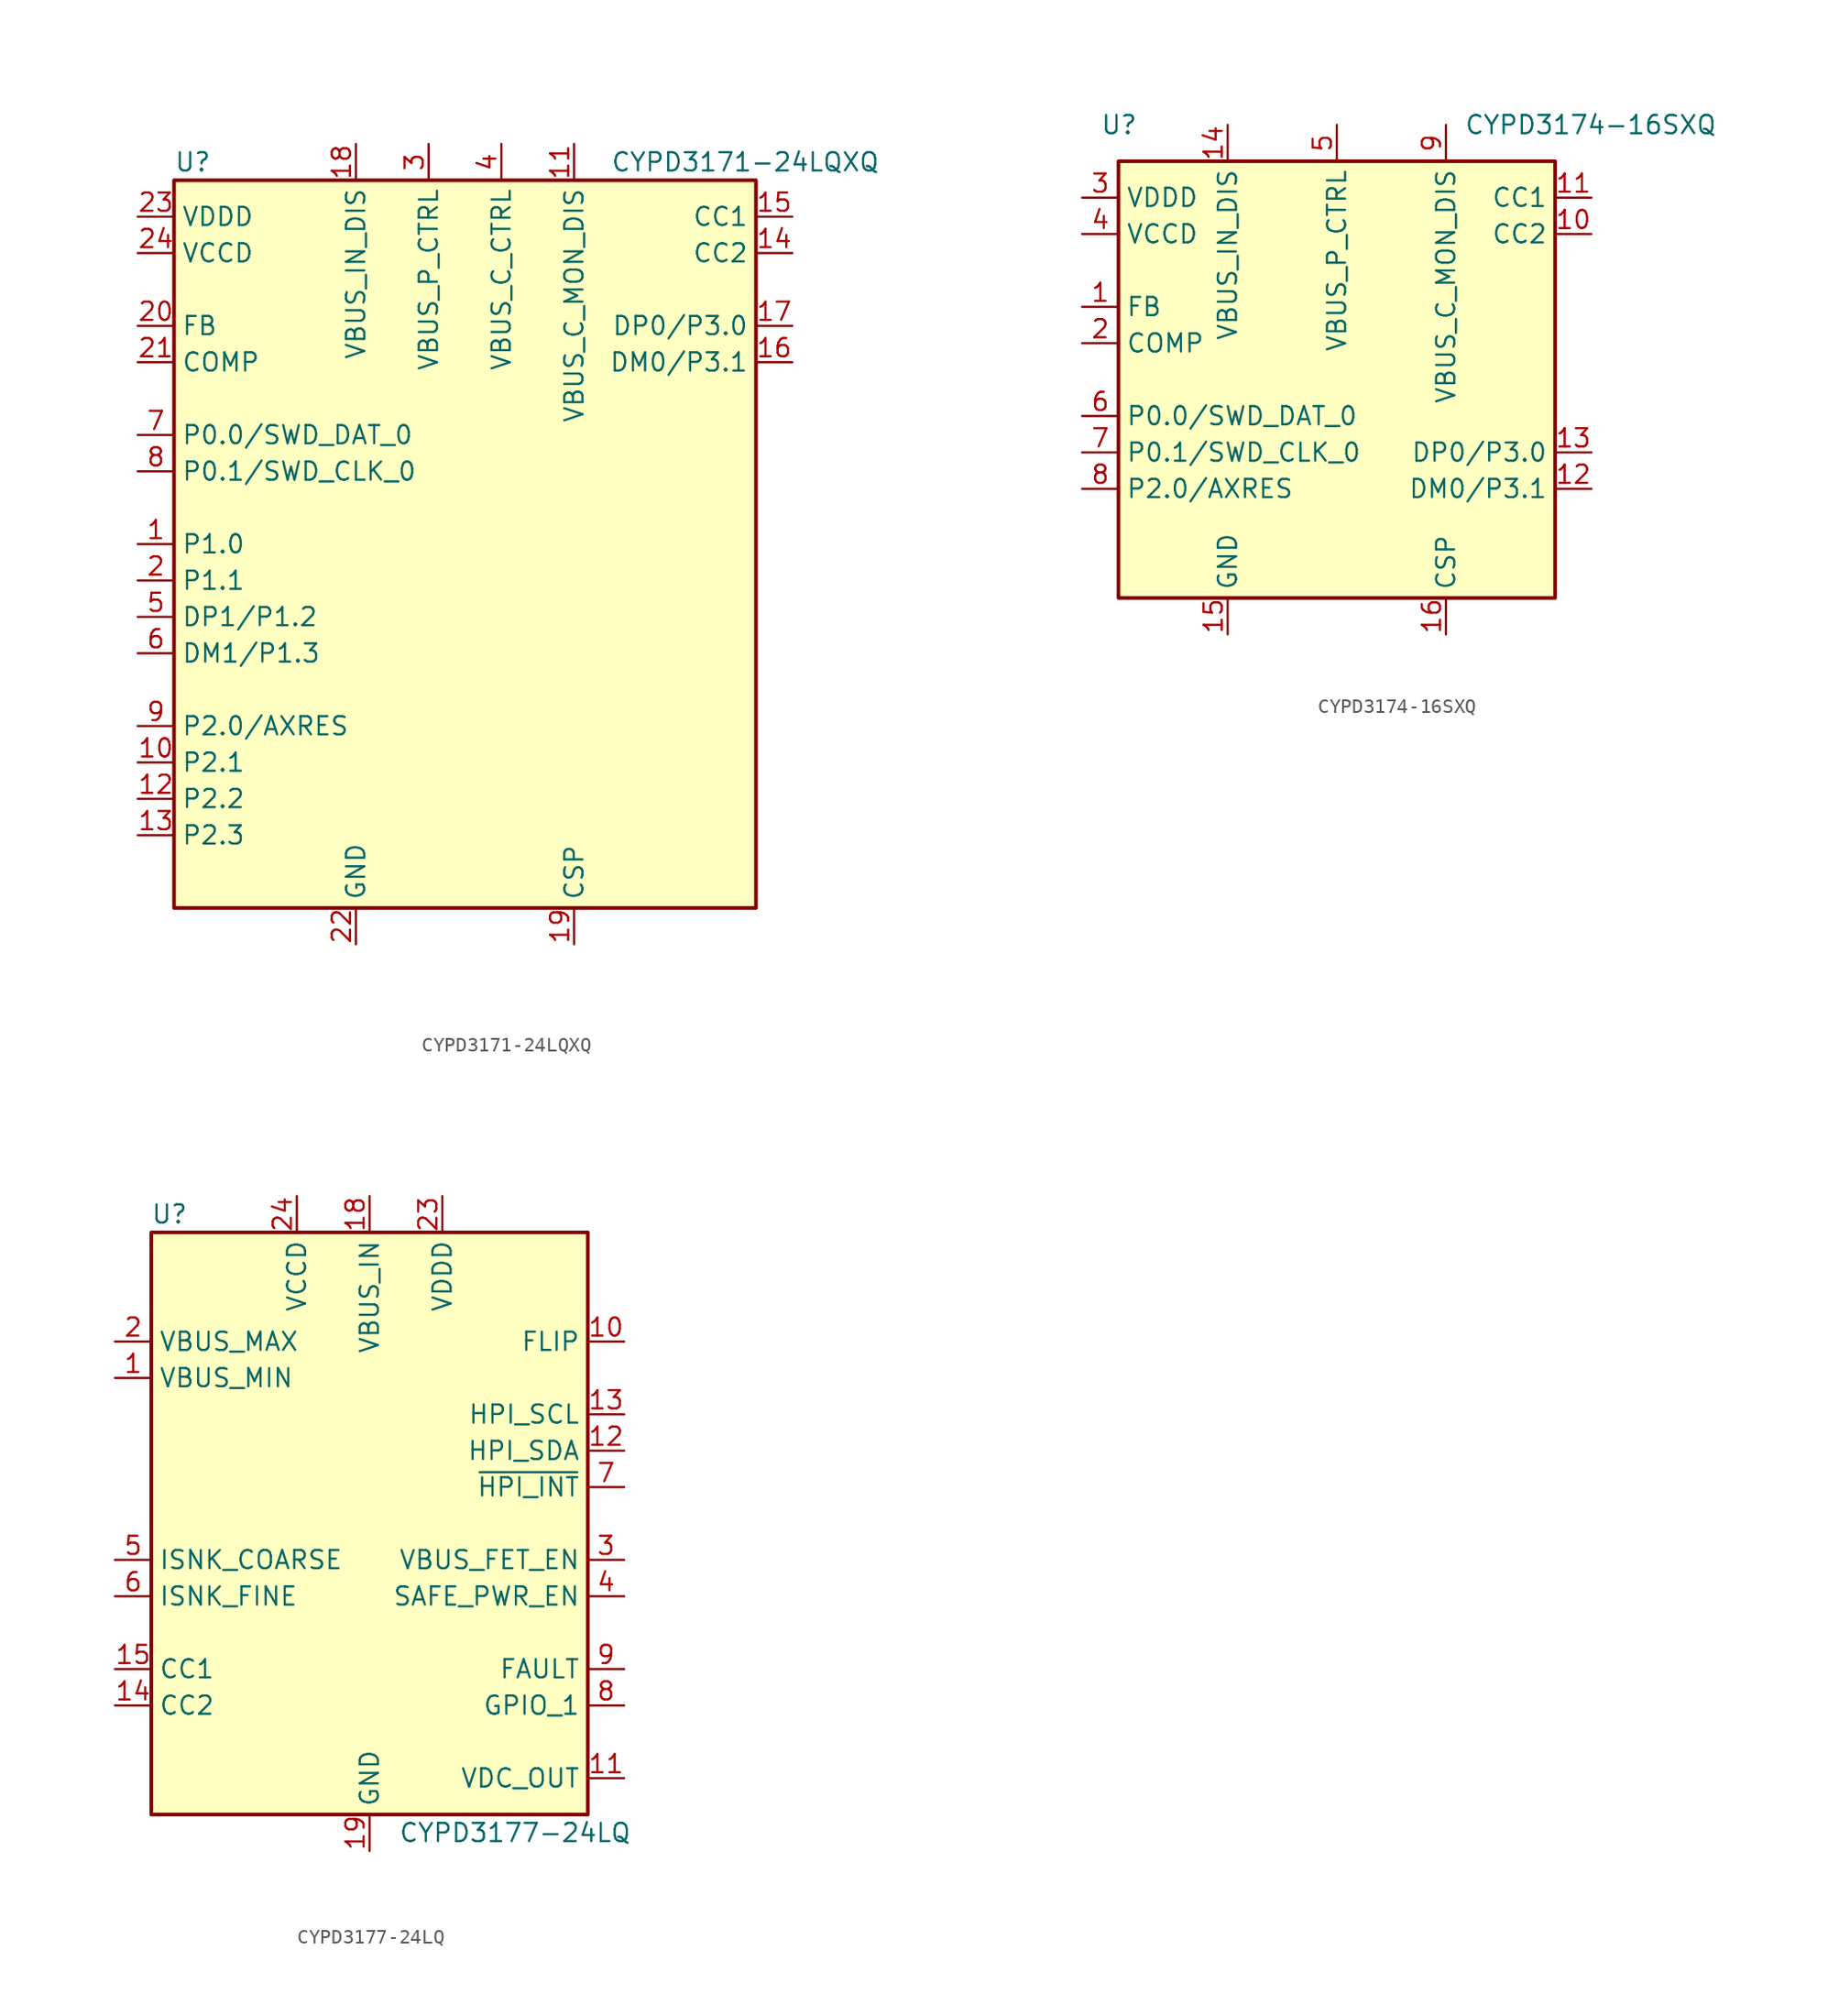
<source format=kicad_sym>
(kicad_symbol_lib
  (version 20241209)
  (generator "kicad_symbol_editor")
  (generator_version "9.0")
  (symbol "CYPD3171-24LQXQ"
    (property "Reference" "U"
      (at -20.32 26.67 0)
      (effects (font (size 1.27 1.27)) (justify left)))
    (property "Value" "CYPD3171-24LQXQ"
      (at 10.16 26.67 0)
      (effects (font (size 1.27 1.27)) (justify left)))
    (symbol "CYPD3171-24LQXQ_1_1"
      (rectangle (start -20.32 25.4) (end 20.32 -25.4) (stroke (width 0.254) (type default)) (fill (type background)))
      (pin power_in line (at -22.86 22.86 0) (length 2.54) (name "VDDD" (effects (font (size 1.27 1.27)))) (number "23" (effects (font (size 1.27 1.27)))))
      (pin power_out line (at -22.86 20.32 0) (length 2.54) (name "VCCD" (effects (font (size 1.27 1.27)))) (number "24" (effects (font (size 1.27 1.27)))))
      (pin output line (at -22.86 15.24 0) (length 2.54) (name "FB" (effects (font (size 1.27 1.27)))) (number "20" (effects (font (size 1.27 1.27)))))
      (pin input line (at -22.86 12.7 0) (length 2.54) (name "COMP" (effects (font (size 1.27 1.27)))) (number "21" (effects (font (size 1.27 1.27)))))
      (pin bidirectional line (at -22.86 7.62 0) (length 2.54) (name "P0.0/SWD_DAT_0" (effects (font (size 1.27 1.27)))) (number "7" (effects (font (size 1.27 1.27)))))
      (pin bidirectional line (at -22.86 5.08 0) (length 2.54) (name "P0.1/SWD_CLK_0" (effects (font (size 1.27 1.27)))) (number "8" (effects (font (size 1.27 1.27)))))
      (pin bidirectional line (at -22.86 0 0) (length 2.54) (name "P1.0" (effects (font (size 1.27 1.27)))) (number "1" (effects (font (size 1.27 1.27)))))
      (pin bidirectional line (at -22.86 -2.54 0) (length 2.54) (name "P1.1" (effects (font (size 1.27 1.27)))) (number "2" (effects (font (size 1.27 1.27)))))
      (pin bidirectional line (at -22.86 -5.08 0) (length 2.54) (name "DP1/P1.2" (effects (font (size 1.27 1.27)))) (number "5" (effects (font (size 1.27 1.27)))))
      (pin bidirectional line (at -22.86 -7.62 0) (length 2.54) (name "DM1/P1.3" (effects (font (size 1.27 1.27)))) (number "6" (effects (font (size 1.27 1.27)))))
      (pin bidirectional line (at -22.86 -12.7 0) (length 2.54) (name "P2.0/AXRES" (effects (font (size 1.27 1.27)))) (number "9" (effects (font (size 1.27 1.27)))))
      (pin bidirectional line (at -22.86 -15.24 0) (length 2.54) (name "P2.1" (effects (font (size 1.27 1.27)))) (number "10" (effects (font (size 1.27 1.27)))))
      (pin bidirectional line (at -22.86 -17.78 0) (length 2.54) (name "P2.2" (effects (font (size 1.27 1.27)))) (number "12" (effects (font (size 1.27 1.27)))))
      (pin bidirectional line (at -22.86 -20.32 0) (length 2.54) (name "P2.3" (effects (font (size 1.27 1.27)))) (number "13" (effects (font (size 1.27 1.27)))))
      (pin input line (at -7.62 27.94 270) (length 2.54) (name "VBUS_IN_DIS" (effects (font (size 1.27 1.27)))) (number "18" (effects (font (size 1.27 1.27)))))
      (pin power_in line (at -7.62 -27.94 90) (length 2.54) (name "GND" (effects (font (size 1.27 1.27)))) (number "22" (effects (font (size 1.27 1.27)))))
      (pin passive line (at -7.62 -27.94 90) (length 2.54) (hide yes) (name "GND" (effects (font (size 1.27 1.27)))) (number "25" (effects (font (size 1.27 1.27)))))
      (pin output line (at -2.54 27.94 270) (length 2.54) (name "VBUS_P_CTRL" (effects (font (size 1.27 1.27)))) (number "3" (effects (font (size 1.27 1.27)))))
      (pin output line (at 2.54 27.94 270) (length 2.54) (name "VBUS_C_CTRL" (effects (font (size 1.27 1.27)))) (number "4" (effects (font (size 1.27 1.27)))))
      (pin input line (at 7.62 27.94 270) (length 2.54) (name "VBUS_C_MON_DIS" (effects (font (size 1.27 1.27)))) (number "11" (effects (font (size 1.27 1.27)))))
      (pin input line (at 7.62 -27.94 90) (length 2.54) (name "CSP" (effects (font (size 1.27 1.27)))) (number "19" (effects (font (size 1.27 1.27)))))
      (pin bidirectional line (at 22.86 22.86 180) (length 2.54) (name "CC1" (effects (font (size 1.27 1.27)))) (number "15" (effects (font (size 1.27 1.27)))))
      (pin bidirectional line (at 22.86 20.32 180) (length 2.54) (name "CC2" (effects (font (size 1.27 1.27)))) (number "14" (effects (font (size 1.27 1.27)))))
      (pin bidirectional line (at 22.86 15.24 180) (length 2.54) (name "DP0/P3.0" (effects (font (size 1.27 1.27)))) (number "17" (effects (font (size 1.27 1.27)))))
      (pin bidirectional line (at 22.86 12.7 180) (length 2.54) (name "DM0/P3.1" (effects (font (size 1.27 1.27)))) (number "16" (effects (font (size 1.27 1.27)))))))
  (symbol "CYPD3174-16SXQ"
    (property "Reference" "U"
      (at -16.51 17.78 0)
      (effects (font (size 1.27 1.27)) (justify left)))
    (property "Value" "CYPD3174-16SXQ"
      (at 8.89 17.78 0)
      (effects (font (size 1.27 1.27)) (justify left)))
    (symbol "CYPD3174-16SXQ_1_1"
      (rectangle (start -15.24 15.24) (end 15.24 -15.24) (stroke (width 0.254) (type default)) (fill (type background)))
      (pin power_in line (at -17.78 12.7 0) (length 2.54) (name "VDDD" (effects (font (size 1.27 1.27)))) (number "3" (effects (font (size 1.27 1.27)))))
      (pin power_out line (at -17.78 10.16 0) (length 2.54) (name "VCCD" (effects (font (size 1.27 1.27)))) (number "4" (effects (font (size 1.27 1.27)))))
      (pin output line (at -17.78 5.08 0) (length 2.54) (name "FB" (effects (font (size 1.27 1.27)))) (number "1" (effects (font (size 1.27 1.27)))))
      (pin input line (at -17.78 2.54 0) (length 2.54) (name "COMP" (effects (font (size 1.27 1.27)))) (number "2" (effects (font (size 1.27 1.27)))))
      (pin bidirectional line (at -17.78 -2.54 0) (length 2.54) (name "P0.0/SWD_DAT_0" (effects (font (size 1.27 1.27)))) (number "6" (effects (font (size 1.27 1.27)))))
      (pin bidirectional line (at -17.78 -5.08 0) (length 2.54) (name "P0.1/SWD_CLK_0" (effects (font (size 1.27 1.27)))) (number "7" (effects (font (size 1.27 1.27)))))
      (pin bidirectional line (at -17.78 -7.62 0) (length 2.54) (name "P2.0/AXRES" (effects (font (size 1.27 1.27)))) (number "8" (effects (font (size 1.27 1.27)))))
      (pin input line (at -7.62 17.78 270) (length 2.54) (name "VBUS_IN_DIS" (effects (font (size 1.27 1.27)))) (number "14" (effects (font (size 1.27 1.27)))))
      (pin power_in line (at -7.62 -17.78 90) (length 2.54) (name "GND" (effects (font (size 1.27 1.27)))) (number "15" (effects (font (size 1.27 1.27)))))
      (pin output line (at 0 17.78 270) (length 2.54) (name "VBUS_P_CTRL" (effects (font (size 1.27 1.27)))) (number "5" (effects (font (size 1.27 1.27)))))
      (pin input line (at 7.62 17.78 270) (length 2.54) (name "VBUS_C_MON_DIS" (effects (font (size 1.27 1.27)))) (number "9" (effects (font (size 1.27 1.27)))))
      (pin input line (at 7.62 -17.78 90) (length 2.54) (name "CSP" (effects (font (size 1.27 1.27)))) (number "16" (effects (font (size 1.27 1.27)))))
      (pin bidirectional line (at 17.78 12.7 180) (length 2.54) (name "CC1" (effects (font (size 1.27 1.27)))) (number "11" (effects (font (size 1.27 1.27)))))
      (pin bidirectional line (at 17.78 10.16 180) (length 2.54) (name "CC2" (effects (font (size 1.27 1.27)))) (number "10" (effects (font (size 1.27 1.27)))))
      (pin bidirectional line (at 17.78 -5.08 180) (length 2.54) (name "DP0/P3.0" (effects (font (size 1.27 1.27)))) (number "13" (effects (font (size 1.27 1.27)))))
      (pin bidirectional line (at 17.78 -7.62 180) (length 2.54) (name "DM0/P3.1" (effects (font (size 1.27 1.27)))) (number "12" (effects (font (size 1.27 1.27)))))))
  (symbol "CYPD3177-24LQ"
    (property "Reference" "U"
      (at -13.97 21.59 0)
      (effects (font (size 1.27 1.27))))
    (property "Value" "CYPD3177-24LQ"
      (at 10.16 -21.59 0)
      (effects (font (size 1.27 1.27))))
    (symbol "CYPD3177-24LQ_0_1"
      (rectangle (start -15.24 20.32) (end 15.24 -20.32) (stroke (width 0.254) (type default)) (fill (type background))))
    (symbol "CYPD3177-24LQ_1_1"
      (pin input line (at -17.78 12.7 0) (length 2.54) (name "VBUS_MAX" (effects (font (size 1.27 1.27)))) (number "2" (effects (font (size 1.27 1.27)))))
      (pin input line (at -17.78 10.16 0) (length 2.54) (name "VBUS_MIN" (effects (font (size 1.27 1.27)))) (number "1" (effects (font (size 1.27 1.27)))))
      (pin input line (at -17.78 -2.54 0) (length 2.54) (name "ISNK_COARSE" (effects (font (size 1.27 1.27)))) (number "5" (effects (font (size 1.27 1.27)))))
      (pin input line (at -17.78 -5.08 0) (length 2.54) (name "ISNK_FINE" (effects (font (size 1.27 1.27)))) (number "6" (effects (font (size 1.27 1.27)))))
      (pin bidirectional line (at -17.78 -10.16 0) (length 2.54) (name "CC1" (effects (font (size 1.27 1.27)))) (number "15" (effects (font (size 1.27 1.27)))))
      (pin bidirectional line (at -17.78 -12.7 0) (length 2.54) (name "CC2" (effects (font (size 1.27 1.27)))) (number "14" (effects (font (size 1.27 1.27)))))
      (pin no_connect line (at -15.24 5.08 0) (length 2.54) (hide yes) (name "NC" (effects (font (size 1.27 1.27)))) (number "17" (effects (font (size 1.27 1.27)))))
      (pin no_connect line (at -15.24 2.54 0) (length 2.54) (hide yes) (name "NC" (effects (font (size 1.27 1.27)))) (number "16" (effects (font (size 1.27 1.27)))))
      (pin power_out line (at -5.08 22.86 270) (length 2.54) (name "VCCD" (effects (font (size 1.27 1.27)))) (number "24" (effects (font (size 1.27 1.27)))))
      (pin power_in line (at 0 22.86 270) (length 2.54) (name "VBUS_IN" (effects (font (size 1.27 1.27)))) (number "18" (effects (font (size 1.27 1.27)))))
      (pin power_in line (at 0 -22.86 90) (length 2.54) (name "GND" (effects (font (size 1.27 1.27)))) (number "19" (effects (font (size 1.27 1.27)))))
      (pin passive line (at 0 -22.86 90) (length 2.54) (hide yes) (name "GND" (effects (font (size 1.27 1.27)))) (number "22" (effects (font (size 1.27 1.27)))))
      (pin passive line (at 0 -22.86 90) (length 2.54) (hide yes) (name "GND" (effects (font (size 1.27 1.27)))) (number "25" (effects (font (size 1.27 1.27)))))
      (pin power_out line (at 5.08 22.86 270) (length 2.54) (name "VDDD" (effects (font (size 1.27 1.27)))) (number "23" (effects (font (size 1.27 1.27)))))
      (pin no_connect line (at 15.24 17.78 180) (length 2.54) (hide yes) (name "NC" (effects (font (size 1.27 1.27)))) (number "20" (effects (font (size 1.27 1.27)))))
      (pin no_connect line (at 15.24 15.24 180) (length 2.54) (hide yes) (name "NC" (effects (font (size 1.27 1.27)))) (number "21" (effects (font (size 1.27 1.27)))))
      (pin output line (at 17.78 12.7 180) (length 2.54) (name "FLIP" (effects (font (size 1.27 1.27)))) (number "10" (effects (font (size 1.27 1.27)))))
      (pin bidirectional line (at 17.78 7.62 180) (length 2.54) (name "HPI_SCL" (effects (font (size 1.27 1.27)))) (number "13" (effects (font (size 1.27 1.27)))))
      (pin bidirectional line (at 17.78 5.08 180) (length 2.54) (name "HPI_SDA" (effects (font (size 1.27 1.27)))) (number "12" (effects (font (size 1.27 1.27)))))
      (pin input line (at 17.78 2.54 180) (length 2.54) (name "~{HPI_INT}" (effects (font (size 1.27 1.27)))) (number "7" (effects (font (size 1.27 1.27)))))
      (pin output line (at 17.78 -2.54 180) (length 2.54) (name "VBUS_FET_EN" (effects (font (size 1.27 1.27)))) (number "3" (effects (font (size 1.27 1.27)))))
      (pin output line (at 17.78 -5.08 180) (length 2.54) (name "SAFE_PWR_EN" (effects (font (size 1.27 1.27)))) (number "4" (effects (font (size 1.27 1.27)))))
      (pin output line (at 17.78 -10.16 180) (length 2.54) (name "FAULT" (effects (font (size 1.27 1.27)))) (number "9" (effects (font (size 1.27 1.27)))))
      (pin bidirectional line (at 17.78 -12.7 180) (length 2.54) (name "GPIO_1" (effects (font (size 1.27 1.27)))) (number "8" (effects (font (size 1.27 1.27)))))
      (pin output line (at 17.78 -17.78 180) (length 2.54) (name "VDC_OUT" (effects (font (size 1.27 1.27)))) (number "11" (effects (font (size 1.27 1.27))))))))
</source>
